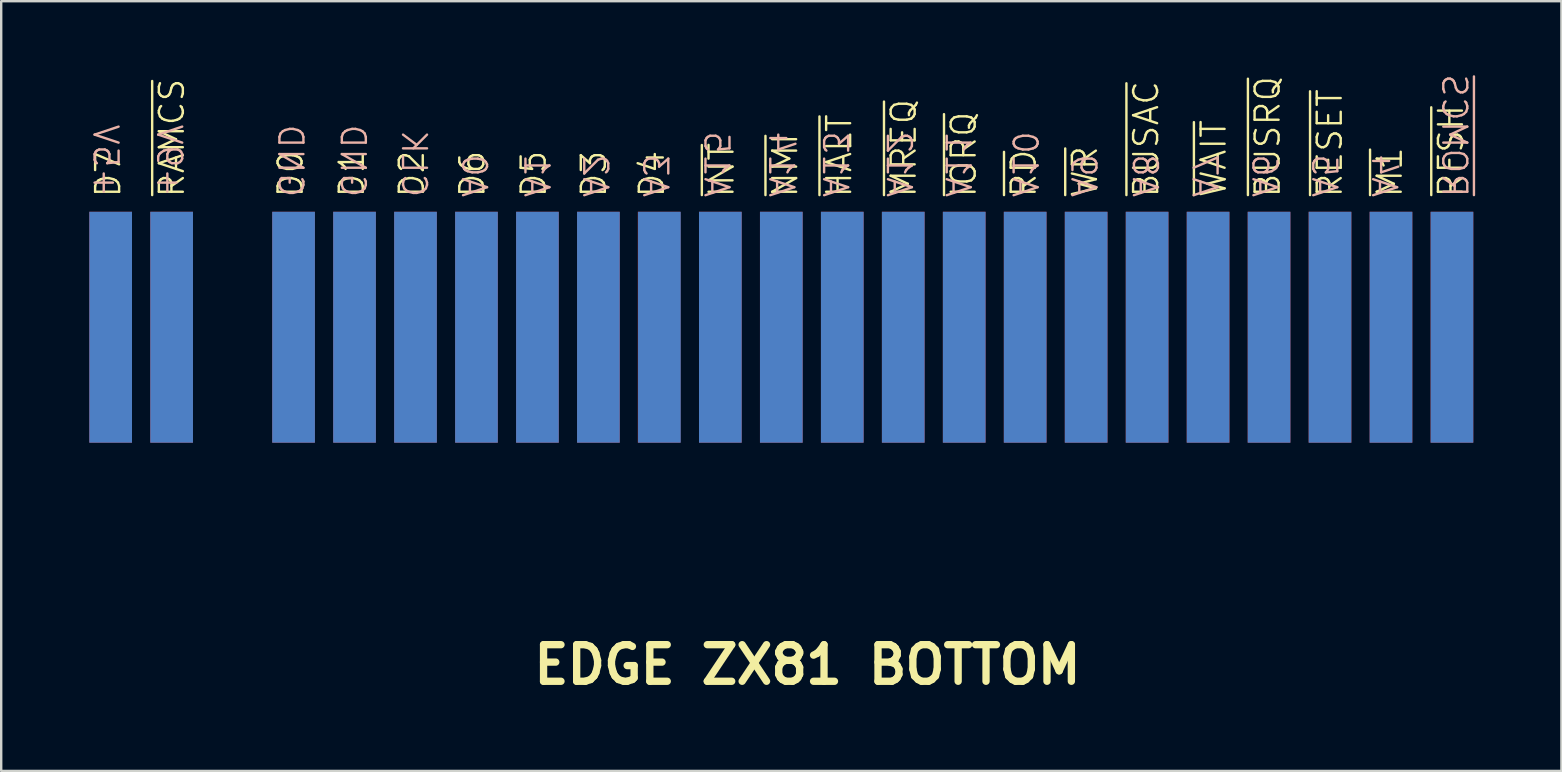
<source format=kicad_pcb>
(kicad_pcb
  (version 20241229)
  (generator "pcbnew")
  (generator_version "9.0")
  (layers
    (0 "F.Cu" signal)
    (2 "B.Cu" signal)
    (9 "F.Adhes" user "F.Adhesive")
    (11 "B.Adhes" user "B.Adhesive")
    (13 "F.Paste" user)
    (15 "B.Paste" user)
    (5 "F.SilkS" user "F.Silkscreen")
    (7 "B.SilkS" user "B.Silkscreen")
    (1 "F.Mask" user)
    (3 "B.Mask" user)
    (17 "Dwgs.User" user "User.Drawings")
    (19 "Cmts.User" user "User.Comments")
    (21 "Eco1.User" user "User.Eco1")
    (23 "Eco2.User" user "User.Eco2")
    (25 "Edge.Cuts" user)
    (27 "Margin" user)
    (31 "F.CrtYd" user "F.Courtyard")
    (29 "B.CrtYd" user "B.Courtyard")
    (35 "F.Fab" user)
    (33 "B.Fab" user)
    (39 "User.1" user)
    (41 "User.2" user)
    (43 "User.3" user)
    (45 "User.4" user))
  (footprint "EDGE ZX81 BOTTOM"
    (layer "F.Cu")
    (at 30.79 11.593)
    (property "Reference" "EDGE ZX81 BOTTOM" (at -0.2 13.05 0) (layer "F.SilkS") (effects (font (size 1.524 1.524) (thickness 0.305))))
    (attr through_hole)
    (fp_text user "~{BUSRQ}" (at 18.97 -6.35 90) (unlocked yes) (layer "F.SilkS") (effects (font (size 1 1) (thickness 0.1)) (justify left)))
    (fp_text user "~{HALT}" (at 1.12 -6.35 90) (unlocked yes) (layer "F.SilkS") (effects (font (size 1 1) (thickness 0.1)) (justify left)))
    (fp_text user "D2" (at -16.685 -6.35 90) (unlocked yes) (layer "F.SilkS") (effects (font (size 1 1) (thickness 0.1)) (justify left)))
    (fp_text user "D4" (at -6.685 -6.35 90) (unlocked yes) (layer "F.SilkS") (effects (font (size 1 1) (thickness 0.1)) (justify left)))
    (fp_text user "D1" (at -19.185 -6.35 90) (unlocked yes) (layer "F.SilkS") (effects (font (size 1 1) (thickness 0.1)) (justify left)))
    (fp_text user "D3" (at -9.101 -6.35 90) (unlocked yes) (layer "F.SilkS") (effects (font (size 1 1) (thickness 0.1)) (justify left)))
    (fp_text user "~{NMI}" (at -1.13 -6.35 90) (unlocked yes) (layer "F.SilkS") (effects (font (size 1 1) (thickness 0.1)) (justify left)))
    (fp_text user "~{RESET}" (at 21.558 -6.35 90) (unlocked yes) (layer "F.SilkS") (effects (font (size 1 1) (thickness 0.1)) (justify left)))
    (fp_text user "D0" (at -21.735 -6.35 90) (unlocked yes) (layer "F.SilkS") (effects (font (size 1 1) (thickness 0.1)) (justify left)))
    (fp_text user "~{IORQ}" (at 6.308 -6.35 90) (unlocked yes) (layer "F.SilkS") (effects (font (size 1 1) (thickness 0.1)) (justify left)))
    (fp_text user "~{INT}" (at -3.78 -6.35 90) (unlocked yes) (layer "F.SilkS") (effects (font (size 1 1) (thickness 0.1)) (justify left)))
    (fp_text user "~{BUSAC}" (at 13.908 -6.35 90) (unlocked yes) (layer "F.SilkS") (effects (font (size 1 1) (thickness 0.1)) (justify left)))
    (fp_text user "D7" (at -29.335 -6.35 90) (unlocked yes) (layer "F.SilkS") (effects (font (size 1 1) (thickness 0.1)) (justify left)))
    (fp_text user "~{RAMCS}" (at -26.68 -6.35 90) (unlocked yes) (layer "F.SilkS") (effects (font (size 1 1) (thickness 0.1)) (justify left)))
    (fp_text user "D5" (at -11.607 -6.35 90) (unlocked yes) (layer "F.SilkS") (effects (font (size 1 1) (thickness 0.1)) (justify left)))
    (fp_text user "~{MREQ}" (at 3.808 -6.35 90) (unlocked yes) (layer "F.SilkS") (effects (font (size 1 1) (thickness 0.1)) (justify left)))
    (fp_text user "~{WAIT}" (at 16.72 -6.35 90) (unlocked yes) (layer "F.SilkS") (effects (font (size 1 1) (thickness 0.1)) (justify left)))
    (fp_text user "~{WR}" (at 11.358 -6.35 90) (unlocked yes) (layer "F.SilkS") (effects (font (size 1 1) (thickness 0.1)) (justify left)))
    (fp_text user "~{RFSH}" (at 26.608 -6.35 90) (unlocked yes) (layer "F.SilkS") (effects (font (size 1 1) (thickness 0.1)) (justify left)))
    (fp_text user "~{M1}" (at 24.058 -6.35 90) (unlocked yes) (layer "F.SilkS") (effects (font (size 1 1) (thickness 0.1)) (justify left)))
    (fp_text user "D6" (at -14.164 -6.35 90) (unlocked yes) (layer "F.SilkS") (effects (font (size 1 1) (thickness 0.1)) (justify left)))
    (fp_text user "~{RD}" (at 8.808 -6.35 90) (unlocked yes) (layer "F.SilkS") (effects (font (size 1 1) (thickness 0.1)) (justify left)))
    (fp_text user "A3" (at -6.542 -6.35 270) (unlocked yes) (layer "B.SilkS") (effects (font (size 1 1) (thickness 0.1)) (justify left mirror)))
    (fp_text user "A9" (at 11.296 -6.35 270) (unlocked yes) (layer "B.SilkS") (effects (font (size 1 1) (thickness 0.1)) (justify left mirror)))
    (fp_text user "A10" (at 8.846 -6.35 270) (unlocked yes) (layer "B.SilkS") (effects (font (size 1 1) (thickness 0.1)) (justify left mirror)))
    (fp_text user "+9V" (at -26.792 -6.35 270) (unlocked yes) (layer "B.SilkS") (effects (font (size 1 1) (thickness 0.1)) (justify left mirror)))
    (fp_text user "A15" (at -3.992 -6.35 270) (unlocked yes) (layer "B.SilkS") (effects (font (size 1 1) (thickness 0.1)) (justify left mirror)))
    (fp_text user "GND" (at -19.142 -6.35 270) (unlocked yes) (layer "B.SilkS") (effects (font (size 1 1) (thickness 0.1)) (justify left mirror)))
    (fp_text user "A12" (at 3.608 -6.35 270) (unlocked yes) (layer "B.SilkS") (effects (font (size 1 1) (thickness 0.1)) (justify left mirror)))
    (fp_text user "~{ROMCS}" (at 26.746 -6.35 270) (unlocked yes) (layer "B.SilkS") (effects (font (size 1 1) (thickness 0.1)) (justify left mirror)))
    (fp_text user "A8" (at 13.858 -6.35 270) (unlocked yes) (layer "B.SilkS") (effects (font (size 1 1) (thickness 0.1)) (justify left mirror)))
    (fp_text user "GND" (at -21.742 -6.35 270) (unlocked yes) (layer "B.SilkS") (effects (font (size 1 1) (thickness 0.1)) (justify left mirror)))
    (fp_text user "A7" (at 16.344 -6.35 270) (unlocked yes) (layer "B.SilkS") (effects (font (size 1 1) (thickness 0.1)) (justify left mirror)))
    (fp_text user "A4" (at 23.824 -6.35 270) (unlocked yes) (layer "B.SilkS") (effects (font (size 1 1) (thickness 0.1)) (justify left mirror)))
    (fp_text user "A11" (at 6.058 -6.35 270) (unlocked yes) (layer "B.SilkS") (effects (font (size 1 1) (thickness 0.1)) (justify left mirror)))
    (fp_text user "A6" (at 18.837 -6.35 270) (unlocked yes) (layer "B.SilkS") (effects (font (size 1 1) (thickness 0.1)) (justify left mirror)))
    (fp_text user "CLK" (at -16.592 -6.35 270) (unlocked yes) (layer "B.SilkS") (effects (font (size 1 1) (thickness 0.1)) (justify left mirror)))
    (fp_text user "A0" (at -14.092 -6.35 270) (unlocked yes) (layer "B.SilkS") (effects (font (size 1 1) (thickness 0.1)) (justify left mirror)))
    (fp_text user "A2" (at -9.042 -6.35 270) (unlocked yes) (layer "B.SilkS") (effects (font (size 1 1) (thickness 0.1)) (justify left mirror)))
    (fp_text user "A5" (at 21.33 -6.35 270) (unlocked yes) (layer "B.SilkS") (effects (font (size 1 1) (thickness 0.1)) (justify left mirror)))
    (fp_text user "A14" (at -1.292 -6.35 270) (unlocked yes) (layer "B.SilkS") (effects (font (size 1 1) (thickness 0.1)) (justify left mirror)))
    (fp_text user "A13" (at 0.951 -6.35 270) (unlocked yes) (layer "B.SilkS") (effects (font (size 1 1) (thickness 0.1)) (justify left mirror)))
    (fp_text user "+5V" (at -29.442 -6.35 270) (unlocked yes) (layer "B.SilkS") (effects (font (size 1 1) (thickness 0.1)) (justify left mirror)))
    (fp_text user "A1" (at -11.492 -6.35 270) (unlocked yes) (layer "B.SilkS") (effects (font (size 1 1) (thickness 0.1)) (justify left mirror)))
    (pad "A3" connect rect (at -29.23 -1.01 180) (size 1.778 9.62) (layers "B.Cu" "B.Mask"))
    (pad "A4" connect rect (at -26.69 -1.01 180) (size 1.778 9.62) (layers "B.Cu" "B.Mask"))
    (pad "A6" connect rect (at -21.61 -1.01 180) (size 1.778 9.62) (layers "B.Cu" "B.Mask"))
    (pad "A7" connect rect (at -19.07 -1.01 180) (size 1.778 9.62) (layers "B.Cu" "B.Mask"))
    (pad "A8" connect rect (at -16.53 -1.01 180) (size 1.778 9.62) (layers "B.Cu" "B.Mask"))
    (pad "A9" connect rect (at -13.99 -1.01 180) (size 1.778 9.62) (layers "B.Cu" "B.Mask"))
    (pad "A10" connect rect (at -11.45 -1.01 180) (size 1.778 9.62) (layers "B.Cu" "B.Mask"))
    (pad "A11" connect rect (at -8.91 -1.01 180) (size 1.778 9.62) (layers "B.Cu" "B.Mask"))
    (pad "A12" connect rect (at -6.37 -1.01 180) (size 1.778 9.62) (layers "B.Cu" "B.Mask"))
    (pad "A13" connect rect (at -3.83 -1.01 180) (size 1.778 9.62) (layers "B.Cu" "B.Mask"))
    (pad "A14" connect rect (at -1.29 -1.01 180) (size 1.778 9.62) (layers "B.Cu" "B.Mask"))
    (pad "A15" connect rect (at 1.25 -1.01 180) (size 1.778 9.62) (layers "B.Cu" "B.Mask"))
    (pad "A16" connect rect (at 3.79 -1.01 180) (size 1.778 9.62) (layers "B.Cu" "B.Mask"))
    (pad "A17" connect rect (at 6.33 -1.01 180) (size 1.778 9.62) (layers "B.Cu" "B.Mask"))
    (pad "A18" connect rect (at 8.87 -1.01 180) (size 1.778 9.62) (layers "B.Cu" "B.Mask"))
    (pad "A19" connect rect (at 11.41 -1.01 180) (size 1.778 9.62) (layers "B.Cu" "B.Mask"))
    (pad "A20" connect rect (at 13.95 -1.01 180) (size 1.778 9.62) (layers "B.Cu" "B.Mask"))
    (pad "A21" connect rect (at 16.49 -1.01 180) (size 1.778 9.62) (layers "B.Cu" "B.Mask"))
    (pad "A22" connect rect (at 19.03 -1.01 180) (size 1.778 9.62) (layers "B.Cu" "B.Mask"))
    (pad "A23" connect rect (at 21.57 -1.01 180) (size 1.778 9.62) (layers "B.Cu" "B.Mask"))
    (pad "A24" connect rect (at 24.11 -1.01 180) (size 1.778 9.62) (layers "B.Cu" "B.Mask"))
    (pad "A25" connect rect (at 26.65 -1.01 180) (size 1.778 9.62) (layers "B.Cu" "B.Mask"))
    (pad "B3" connect rect (at -29.23 -1.01 180) (size 1.778 9.62) (layers "F.Cu" "F.Mask"))
    (pad "B4" connect rect (at -26.69 -1.01 180) (size 1.778 9.62) (layers "F.Cu" "F.Mask"))
    (pad "B6" connect rect (at -21.61 -1.01 180) (size 1.778 9.62) (layers "F.Cu" "F.Mask"))
    (pad "B7" connect rect (at -19.07 -1.01 180) (size 1.778 9.62) (layers "F.Cu" "F.Mask"))
    (pad "B8" connect rect (at -16.53 -1.01 180) (size 1.778 9.62) (layers "F.Cu" "F.Mask"))
    (pad "B9" connect rect (at -13.99 -1.01 180) (size 1.778 9.62) (layers "F.Cu" "F.Mask"))
    (pad "B10" connect rect (at -11.45 -1.01 180) (size 1.778 9.62) (layers "F.Cu" "F.Mask"))
    (pad "B11" connect rect (at -8.91 -1.01 180) (size 1.778 9.62) (layers "F.Cu" "F.Mask"))
    (pad "B12" connect rect (at -6.38 -1.01 180) (size 1.778 9.62) (layers "F.Cu" "F.Mask"))
    (pad "B13" connect rect (at -3.83 -1.01 180) (size 1.778 9.62) (layers "F.Cu" "F.Mask"))
    (pad "B14" connect rect (at -1.29 -1.01 180) (size 1.778 9.62) (layers "F.Cu" "F.Mask"))
    (pad "B15" connect rect (at 1.25 -1.01 180) (size 1.778 9.62) (layers "F.Cu" "F.Mask"))
    (pad "B16" connect rect (at 3.79 -1.01 180) (size 1.778 9.62) (layers "F.Cu" "F.Mask"))
    (pad "B17" connect rect (at 6.33 -1.01 180) (size 1.778 9.62) (layers "F.Cu" "F.Mask"))
    (pad "B18" connect rect (at 8.87 -1.01 180) (size 1.778 9.62) (layers "F.Cu" "F.Mask"))
    (pad "B19" connect rect (at 11.41 -1.01 180) (size 1.778 9.62) (layers "F.Cu" "F.Mask"))
    (pad "B20" connect rect (at 13.95 -1.01 180) (size 1.778 9.62) (layers "F.Cu" "F.Mask"))
    (pad "B21" connect rect (at 16.49 -1.01 180) (size 1.778 9.62) (layers "F.Cu" "F.Mask"))
    (pad "B22" connect rect (at 19.03 -1.01 180) (size 1.778 9.62) (layers "F.Cu" "F.Mask"))
    (pad "B23" connect rect (at 21.57 -1.01 180) (size 1.778 9.62) (layers "F.Cu" "F.Mask"))
    (pad "B24" connect rect (at 24.11 -1.01 180) (size 1.778 9.62) (layers "F.Cu" "F.Mask"))
    (pad "B25" connect rect (at 26.65 -1.01 180) (size 1.778 9.62) (layers "F.Cu" "F.Mask"))
    (zone (net_name "") (layer "F.Cu") (hatch edge 0.5) (connect_pads) (min_thickness 0.25) (filled_areas_thickness no) (keepout (tracks not_allowed) (vias not_allowed) (pads not_allowed) (copperpour not_allowed) (footprints not_allowed)) (placement (enabled no)) (fill) (polygon (pts (xy 0.01 8.153) (xy 0.58 8.143) (xy 0.58 15.403) (xy 0.01 15.403))))
    (zone (net_name "") (layer "F.Cu") (hatch edge 0.5) (connect_pads) (min_thickness 0.25) (filled_areas_thickness no) (keepout (tracks not_allowed) (vias not_allowed) (pads not_allowed) (copperpour not_allowed) (footprints not_allowed)) (placement (enabled no)) (fill) (polygon (pts (xy 2.55 8.153) (xy 3.12 8.143) (xy 3.12 15.403) (xy 2.55 15.403))))
    (zone (net_name "") (layer "F.Cu") (hatch edge 0.5) (connect_pads) (min_thickness 0.25) (filled_areas_thickness no) (keepout (tracks not_allowed) (vias not_allowed) (pads not_allowed) (copperpour not_allowed) (footprints not_allowed)) (placement (enabled no)) (fill) (polygon (pts (xy 5.11 8.153) (xy 5.68 8.143) (xy 5.68 15.403) (xy 5.11 15.403))))
    (zone (net_name "") (layer "F.Cu") (hatch edge 0.5) (connect_pads) (min_thickness 0.25) (filled_areas_thickness no) (keepout (tracks not_allowed) (vias not_allowed) (pads not_allowed) (copperpour not_allowed) (footprints not_allowed)) (placement (enabled no)) (fill) (polygon (pts (xy 7.64 8.153) (xy 8.21 8.143) (xy 8.21 15.403) (xy 7.64 15.403))))
    (zone (net_name "") (layer "F.Cu") (hatch edge 0.5) (connect_pads) (min_thickness 0.25) (filled_areas_thickness no) (keepout (tracks not_allowed) (vias not_allowed) (pads not_allowed) (copperpour not_allowed) (footprints not_allowed)) (placement (enabled no)) (fill) (polygon (pts (xy 10.16 8.153) (xy 10.73 8.143) (xy 10.73 15.403) (xy 10.16 15.403))))
    (zone (net_name "") (layer "F.Cu") (hatch edge 0.5) (connect_pads) (min_thickness 0.25) (filled_areas_thickness no) (keepout (tracks not_allowed) (vias not_allowed) (pads not_allowed) (copperpour not_allowed) (footprints not_allowed)) (placement (enabled no)) (fill) (polygon (pts (xy 12.7 8.153) (xy 13.27 8.143) (xy 13.27 15.403) (xy 12.7 15.403))))
    (zone (net_name "") (layer "F.Cu") (hatch edge 0.5) (connect_pads) (min_thickness 0.25) (filled_areas_thickness no) (keepout (tracks not_allowed) (vias not_allowed) (pads not_allowed) (copperpour not_allowed) (footprints not_allowed)) (placement (enabled no)) (fill) (polygon (pts (xy 15.24 8.153) (xy 15.81 8.143) (xy 15.81 15.403) (xy 15.24 15.403))))
    (zone (net_name "") (layer "F.Cu") (hatch edge 0.5) (connect_pads) (min_thickness 0.25) (filled_areas_thickness no) (keepout (tracks not_allowed) (vias not_allowed) (pads not_allowed) (copperpour not_allowed) (footprints not_allowed)) (placement (enabled no)) (fill) (polygon (pts (xy 17.78 8.153) (xy 18.35 8.143) (xy 18.35 15.403) (xy 17.78 15.403))))
    (zone (net_name "") (layer "F.Cu") (hatch edge 0.5) (connect_pads) (min_thickness 0.25) (filled_areas_thickness no) (keepout (tracks not_allowed) (vias not_allowed) (pads not_allowed) (copperpour not_allowed) (footprints not_allowed)) (placement (enabled no)) (fill) (polygon (pts (xy 20.32 8.153) (xy 20.89 8.143) (xy 20.89 15.403) (xy 20.32 15.403))))
    (zone (net_name "") (layer "F.Cu") (hatch edge 0.5) (connect_pads) (min_thickness 0.25) (filled_areas_thickness no) (keepout (tracks not_allowed) (vias not_allowed) (pads not_allowed) (copperpour not_allowed) (footprints not_allowed)) (placement (enabled no)) (fill) (polygon (pts (xy 22.86 8.153) (xy 23.43 8.143) (xy 23.43 15.403) (xy 22.86 15.403))))
    (zone (net_name "") (layer "F.Cu") (hatch edge 0.5) (connect_pads) (min_thickness 0.25) (filled_areas_thickness no) (keepout (tracks not_allowed) (vias not_allowed) (pads not_allowed) (copperpour not_allowed) (footprints not_allowed)) (placement (enabled no)) (fill) (polygon (pts (xy 25.41 8.153) (xy 25.98 8.143) (xy 25.98 15.403) (xy 25.41 15.403))))
    (zone (net_name "") (layer "F.Cu") (hatch edge 0.5) (connect_pads) (min_thickness 0.25) (filled_areas_thickness no) (keepout (tracks not_allowed) (vias not_allowed) (pads not_allowed) (copperpour not_allowed) (footprints not_allowed)) (placement (enabled no)) (fill) (polygon (pts (xy 27.95 8.153) (xy 28.52 8.143) (xy 28.52 15.403) (xy 27.95 15.403))))
    (zone (net_name "") (layer "F.Cu") (hatch edge 0.5) (connect_pads) (min_thickness 0.25) (filled_areas_thickness no) (keepout (tracks not_allowed) (vias not_allowed) (pads not_allowed) (copperpour not_allowed) (footprints not_allowed)) (placement (enabled no)) (fill) (polygon (pts (xy 30.49 8.153) (xy 31.06 8.143) (xy 31.06 15.403) (xy 30.49 15.403))))
    (zone (net_name "") (layer "F.Cu") (hatch edge 0.5) (connect_pads) (min_thickness 0.25) (filled_areas_thickness no) (keepout (tracks not_allowed) (vias not_allowed) (pads not_allowed) (copperpour not_allowed) (footprints not_allowed)) (placement (enabled no)) (fill) (polygon (pts (xy 33.03 8.153) (xy 33.6 8.143) (xy 33.6 15.403) (xy 33.03 15.403))))
    (zone (net_name "") (layer "F.Cu") (hatch edge 0.5) (connect_pads) (min_thickness 0.25) (filled_areas_thickness no) (keepout (tracks not_allowed) (vias not_allowed) (pads not_allowed) (copperpour not_allowed) (footprints not_allowed)) (placement (enabled no)) (fill) (polygon (pts (xy 35.57 8.153) (xy 36.14 8.143) (xy 36.14 15.403) (xy 35.57 15.403))))
    (zone (net_name "") (layer "F.Cu") (hatch edge 0.5) (connect_pads) (min_thickness 0.25) (filled_areas_thickness no) (keepout (tracks not_allowed) (vias not_allowed) (pads not_allowed) (copperpour not_allowed) (footprints not_allowed)) (placement (enabled no)) (fill) (polygon (pts (xy 38.11 8.153) (xy 38.68 8.143) (xy 38.68 15.403) (xy 38.11 15.403))))
    (zone (net_name "") (layer "F.Cu") (hatch edge 0.5) (connect_pads) (min_thickness 0.25) (filled_areas_thickness no) (keepout (tracks not_allowed) (vias not_allowed) (pads not_allowed) (copperpour not_allowed) (footprints not_allowed)) (placement (enabled no)) (fill) (polygon (pts (xy 40.64 8.153) (xy 41.21 8.143) (xy 41.21 15.403) (xy 40.64 15.403))))
    (zone (net_name "") (layer "F.Cu") (hatch edge 0.5) (connect_pads) (min_thickness 0.25) (filled_areas_thickness no) (keepout (tracks not_allowed) (vias not_allowed) (pads not_allowed) (copperpour not_allowed) (footprints not_allowed)) (placement (enabled no)) (fill) (polygon (pts (xy 43.18 8.153) (xy 43.75 8.143) (xy 43.75 15.403) (xy 43.18 15.403))))
    (zone (net_name "") (layer "F.Cu") (hatch edge 0.5) (connect_pads) (min_thickness 0.25) (filled_areas_thickness no) (keepout (tracks not_allowed) (vias not_allowed) (pads not_allowed) (copperpour not_allowed) (footprints not_allowed)) (placement (enabled no)) (fill) (polygon (pts (xy 45.72 8.153) (xy 46.29 8.143) (xy 46.29 15.403) (xy 45.72 15.403))))
    (zone (net_name "") (layer "F.Cu") (hatch edge 0.5) (connect_pads) (min_thickness 0.25) (filled_areas_thickness no) (keepout (tracks not_allowed) (vias not_allowed) (pads not_allowed) (copperpour not_allowed) (footprints not_allowed)) (placement (enabled no)) (fill) (polygon (pts (xy 48.27 8.153) (xy 48.84 8.143) (xy 48.84 15.403) (xy 48.27 15.403))))
    (zone (net_name "") (layer "F.Cu") (hatch edge 0.5) (connect_pads) (min_thickness 0.25) (filled_areas_thickness no) (keepout (tracks not_allowed) (vias not_allowed) (pads not_allowed) (copperpour not_allowed) (footprints not_allowed)) (placement (enabled no)) (fill) (polygon (pts (xy 50.81 8.153) (xy 51.38 8.143) (xy 51.38 15.403) (xy 50.81 15.403))))
    (zone (net_name "") (layer "F.Cu") (hatch edge 0.5) (connect_pads) (min_thickness 0.25) (filled_areas_thickness no) (keepout (tracks not_allowed) (vias not_allowed) (pads not_allowed) (copperpour not_allowed) (footprints not_allowed)) (placement (enabled no)) (fill) (polygon (pts (xy 53.35 8.153) (xy 53.92 8.143) (xy 53.92 15.403) (xy 53.35 15.403))))
    (zone (net_name "") (layer "F.Cu") (hatch edge 0.5) (connect_pads) (min_thickness 0.25) (filled_areas_thickness no) (keepout (tracks not_allowed) (vias not_allowed) (pads not_allowed) (copperpour not_allowed) (footprints not_allowed)) (placement (enabled no)) (fill) (polygon (pts (xy 55.89 8.153) (xy 56.46 8.143) (xy 56.46 15.403) (xy 55.89 15.403))))
    (zone (net_name "") (layer "F.Cu") (hatch edge 0.5) (connect_pads) (min_thickness 0.25) (filled_areas_thickness no) (keepout (tracks not_allowed) (vias not_allowed) (pads not_allowed) (copperpour not_allowed) (footprints not_allowed)) (placement (enabled no)) (fill) (polygon (pts (xy 58.43 8.153) (xy 59 8.143) (xy 59 15.403) (xy 58.43 15.403))))
    (zone (net_name "") (layer "B.Cu") (hatch edge 0.5) (connect_pads) (min_thickness 0.25) (filled_areas_thickness no) (keepout (tracks not_allowed) (vias not_allowed) (pads not_allowed) (copperpour not_allowed) (footprints not_allowed)) (placement (enabled no)) (fill) (polygon (pts (xy 0.57 8.153) (xy 0 8.143) (xy 0 15.403) (xy 0.57 15.403))))
    (zone (net_name "") (layer "B.Cu") (hatch edge 0.5) (connect_pads) (min_thickness 0.25) (filled_areas_thickness no) (keepout (tracks not_allowed) (vias not_allowed) (pads not_allowed) (copperpour not_allowed) (footprints not_allowed)) (placement (enabled no)) (fill) (polygon (pts (xy 3.11 8.153) (xy 2.54 8.143) (xy 2.54 15.403) (xy 3.11 15.403))))
    (zone (net_name "") (layer "B.Cu") (hatch edge 0.5) (connect_pads) (min_thickness 0.25) (filled_areas_thickness no) (keepout (tracks not_allowed) (vias not_allowed) (pads not_allowed) (copperpour not_allowed) (footprints not_allowed)) (placement (enabled no)) (fill) (polygon (pts (xy 5.65 8.153) (xy 5.08 8.143) (xy 5.08 15.403) (xy 5.65 15.403))))
    (zone (net_name "") (layer "B.Cu") (hatch edge 0.5) (connect_pads) (min_thickness 0.25) (filled_areas_thickness no) (keepout (tracks not_allowed) (vias not_allowed) (pads not_allowed) (copperpour not_allowed) (footprints not_allowed)) (placement (enabled no)) (fill) (polygon (pts (xy 8.19 8.153) (xy 7.62 8.143) (xy 7.62 15.403) (xy 8.19 15.403))))
    (zone (net_name "") (layer "B.Cu") (hatch edge 0.5) (connect_pads) (min_thickness 0.25) (filled_areas_thickness no) (keepout (tracks not_allowed) (vias not_allowed) (pads not_allowed) (copperpour not_allowed) (footprints not_allowed)) (placement (enabled no)) (fill) (polygon (pts (xy 10.73 8.153) (xy 10.16 8.143) (xy 10.16 15.403) (xy 10.73 15.403))))
    (zone (net_name "") (layer "B.Cu") (hatch edge 0.5) (connect_pads) (min_thickness 0.25) (filled_areas_thickness no) (keepout (tracks not_allowed) (vias not_allowed) (pads not_allowed) (copperpour not_allowed) (footprints not_allowed)) (placement (enabled no)) (fill) (polygon (pts (xy 13.28 8.153) (xy 12.71 8.143) (xy 12.71 15.403) (xy 13.28 15.403))))
    (zone (net_name "") (layer "B.Cu") (hatch edge 0.5) (connect_pads) (min_thickness 0.25) (filled_areas_thickness no) (keepout (tracks not_allowed) (vias not_allowed) (pads not_allowed) (copperpour not_allowed) (footprints not_allowed)) (placement (enabled no)) (fill) (polygon (pts (xy 15.82 8.153) (xy 15.25 8.143) (xy 15.25 15.403) (xy 15.82 15.403))))
    (zone (net_name "") (layer "B.Cu") (hatch edge 0.5) (connect_pads) (min_thickness 0.25) (filled_areas_thickness no) (keepout (tracks not_allowed) (vias not_allowed) (pads not_allowed) (copperpour not_allowed) (footprints not_allowed)) (placement (enabled no)) (fill) (polygon (pts (xy 18.36 8.153) (xy 17.79 8.143) (xy 17.79 15.403) (xy 18.36 15.403))))
    (zone (net_name "") (layer "B.Cu") (hatch edge 0.5) (connect_pads) (min_thickness 0.25) (filled_areas_thickness no) (keepout (tracks not_allowed) (vias not_allowed) (pads not_allowed) (copperpour not_allowed) (footprints not_allowed)) (placement (enabled no)) (fill) (polygon (pts (xy 20.89 8.153) (xy 20.32 8.143) (xy 20.32 15.403) (xy 20.89 15.403))))
    (zone (net_name "") (layer "B.Cu") (hatch edge 0.5) (connect_pads) (min_thickness 0.25) (filled_areas_thickness no) (keepout (tracks not_allowed) (vias not_allowed) (pads not_allowed) (copperpour not_allowed) (footprints not_allowed)) (placement (enabled no)) (fill) (polygon (pts (xy 23.43 8.153) (xy 22.86 8.143) (xy 22.86 15.403) (xy 23.43 15.403))))
    (zone (net_name "") (layer "B.Cu") (hatch edge 0.5) (connect_pads) (min_thickness 0.25) (filled_areas_thickness no) (keepout (tracks not_allowed) (vias not_allowed) (pads not_allowed) (copperpour not_allowed) (footprints not_allowed)) (placement (enabled no)) (fill) (polygon (pts (xy 25.97 8.153) (xy 25.4 8.143) (xy 25.4 15.403) (xy 25.97 15.403))))
    (zone (net_name "") (layer "B.Cu") (hatch edge 0.5) (connect_pads) (min_thickness 0.25) (filled_areas_thickness no) (keepout (tracks not_allowed) (vias not_allowed) (pads not_allowed) (copperpour not_allowed) (footprints not_allowed)) (placement (enabled no)) (fill) (polygon (pts (xy 28.51 8.153) (xy 27.94 8.143) (xy 27.94 15.403) (xy 28.51 15.403))))
    (zone (net_name "") (layer "B.Cu") (hatch edge 0.5) (connect_pads) (min_thickness 0.25) (filled_areas_thickness no) (keepout (tracks not_allowed) (vias not_allowed) (pads not_allowed) (copperpour not_allowed) (footprints not_allowed)) (placement (enabled no)) (fill) (polygon (pts (xy 31.05 8.153) (xy 30.48 8.143) (xy 30.48 15.403) (xy 31.05 15.403))))
    (zone (net_name "") (layer "B.Cu") (hatch edge 0.5) (connect_pads) (min_thickness 0.25) (filled_areas_thickness no) (keepout (tracks not_allowed) (vias not_allowed) (pads not_allowed) (copperpour not_allowed) (footprints not_allowed)) (placement (enabled no)) (fill) (polygon (pts (xy 33.59 8.153) (xy 33.02 8.143) (xy 33.02 15.403) (xy 33.59 15.403))))
    (zone (net_name "") (layer "B.Cu") (hatch edge 0.5) (connect_pads) (min_thickness 0.25) (filled_areas_thickness no) (keepout (tracks not_allowed) (vias not_allowed) (pads not_allowed) (copperpour not_allowed) (footprints not_allowed)) (placement (enabled no)) (fill) (polygon (pts (xy 36.14 8.153) (xy 35.57 8.143) (xy 35.57 15.403) (xy 36.14 15.403))))
    (zone (net_name "") (layer "B.Cu") (hatch edge 0.5) (connect_pads) (min_thickness 0.25) (filled_areas_thickness no) (keepout (tracks not_allowed) (vias not_allowed) (pads not_allowed) (copperpour not_allowed) (footprints not_allowed)) (placement (enabled no)) (fill) (polygon (pts (xy 38.68 8.153) (xy 38.11 8.143) (xy 38.11 15.403) (xy 38.68 15.403))))
    (zone (net_name "") (layer "B.Cu") (hatch edge 0.5) (connect_pads) (min_thickness 0.25) (filled_areas_thickness no) (keepout (tracks not_allowed) (vias not_allowed) (pads not_allowed) (copperpour not_allowed) (footprints not_allowed)) (placement (enabled no)) (fill) (polygon (pts (xy 41.22 8.153) (xy 40.65 8.143) (xy 40.65 15.403) (xy 41.22 15.403))))
    (zone (net_name "") (layer "B.Cu") (hatch edge 0.5) (connect_pads) (min_thickness 0.25) (filled_areas_thickness no) (keepout (tracks not_allowed) (vias not_allowed) (pads not_allowed) (copperpour not_allowed) (footprints not_allowed)) (placement (enabled no)) (fill) (polygon (pts (xy 43.76 8.153) (xy 43.19 8.143) (xy 43.19 15.403) (xy 43.76 15.403))))
    (zone (net_name "") (layer "B.Cu") (hatch edge 0.5) (connect_pads) (min_thickness 0.25) (filled_areas_thickness no) (keepout (tracks not_allowed) (vias not_allowed) (pads not_allowed) (copperpour not_allowed) (footprints not_allowed)) (placement (enabled no)) (fill) (polygon (pts (xy 46.3 8.153) (xy 45.73 8.143) (xy 45.73 15.403) (xy 46.3 15.403))))
    (zone (net_name "") (layer "B.Cu") (hatch edge 0.5) (connect_pads) (min_thickness 0.25) (filled_areas_thickness no) (keepout (tracks not_allowed) (vias not_allowed) (pads not_allowed) (copperpour not_allowed) (footprints not_allowed)) (placement (enabled no)) (fill) (polygon (pts (xy 48.84 8.153) (xy 48.27 8.143) (xy 48.27 15.403) (xy 48.84 15.403))))
    (zone (net_name "") (layer "B.Cu") (hatch edge 0.5) (connect_pads) (min_thickness 0.25) (filled_areas_thickness no) (keepout (tracks not_allowed) (vias not_allowed) (pads not_allowed) (copperpour not_allowed) (footprints not_allowed)) (placement (enabled no)) (fill) (polygon (pts (xy 51.36 8.153) (xy 50.79 8.143) (xy 50.79 15.403) (xy 51.36 15.403))))
    (zone (net_name "") (layer "B.Cu") (hatch edge 0.5) (connect_pads) (min_thickness 0.25) (filled_areas_thickness no) (keepout (tracks not_allowed) (vias not_allowed) (pads not_allowed) (copperpour not_allowed) (footprints not_allowed)) (placement (enabled no)) (fill) (polygon (pts (xy 53.89 8.153) (xy 53.32 8.143) (xy 53.32 15.403) (xy 53.89 15.403))))
    (zone (net_name "") (layer "B.Cu") (hatch edge 0.5) (connect_pads) (min_thickness 0.25) (filled_areas_thickness no) (keepout (tracks not_allowed) (vias not_allowed) (pads not_allowed) (copperpour not_allowed) (footprints not_allowed)) (placement (enabled no)) (fill) (polygon (pts (xy 56.45 8.153) (xy 55.88 8.143) (xy 55.88 15.403) (xy 56.45 15.403))))
    (zone (net_name "") (layer "B.Cu") (hatch edge 0.5) (connect_pads) (min_thickness 0.25) (filled_areas_thickness no) (keepout (tracks not_allowed) (vias not_allowed) (pads not_allowed) (copperpour not_allowed) (footprints not_allowed)) (placement (enabled no)) (fill) (polygon (pts (xy 58.99 8.153) (xy 58.42 8.143) (xy 58.42 15.403) (xy 58.99 15.403)))))
  (gr_rect
    (start -3 -3)
    (end 62 29.069)
    (stroke (width 0.1) (type default))
    (fill no)
    (layer "Edge.Cuts")))
</source>
